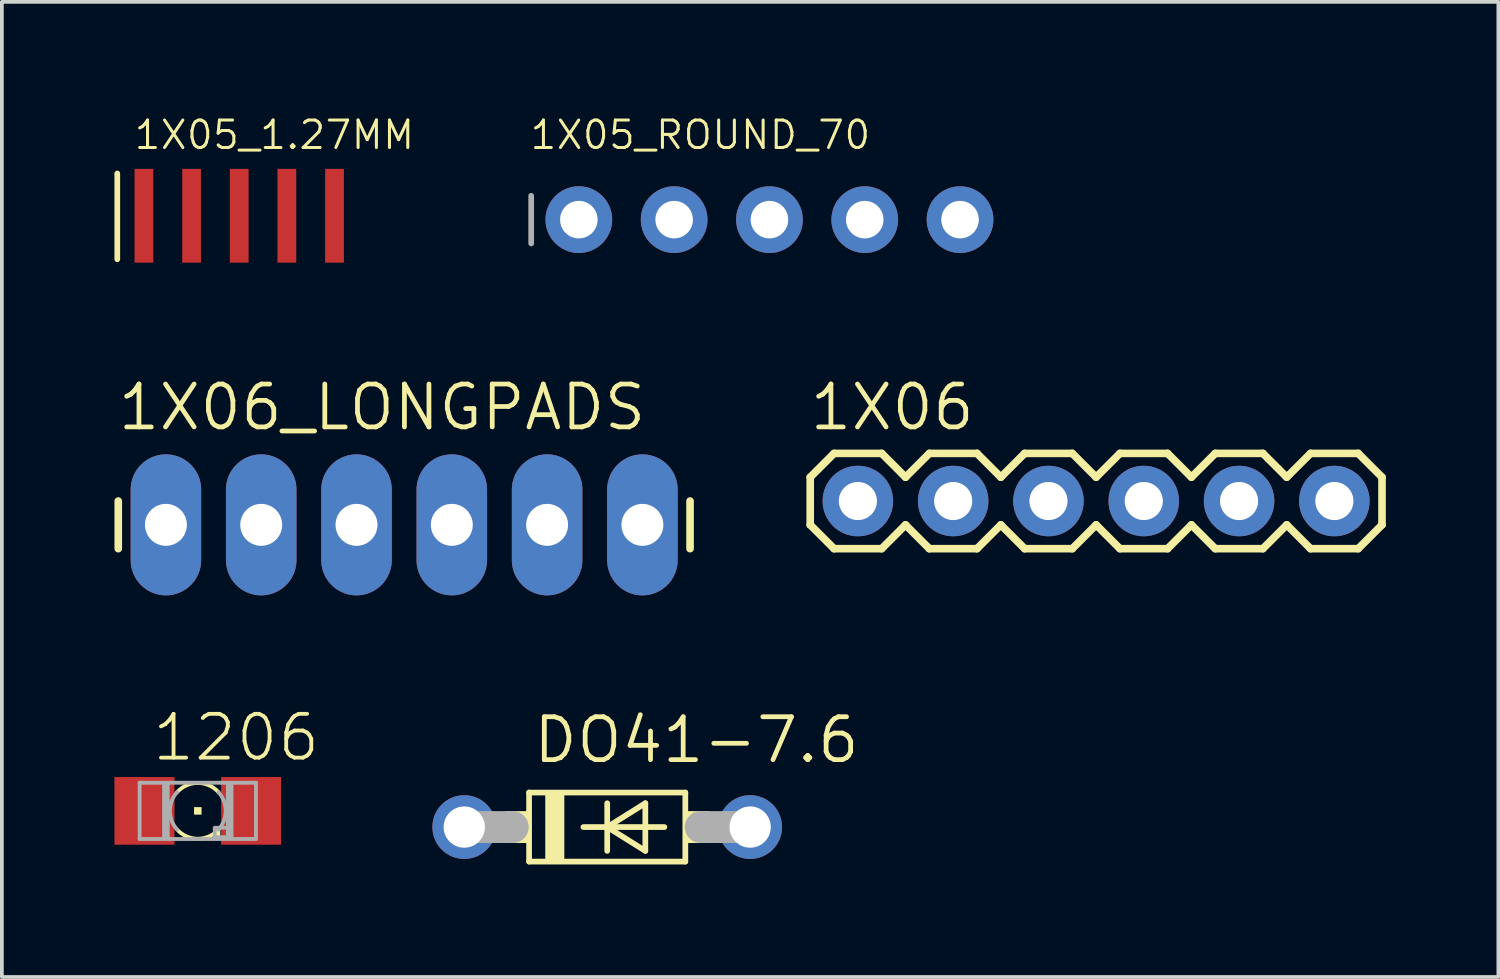
<source format=kicad_pcb>
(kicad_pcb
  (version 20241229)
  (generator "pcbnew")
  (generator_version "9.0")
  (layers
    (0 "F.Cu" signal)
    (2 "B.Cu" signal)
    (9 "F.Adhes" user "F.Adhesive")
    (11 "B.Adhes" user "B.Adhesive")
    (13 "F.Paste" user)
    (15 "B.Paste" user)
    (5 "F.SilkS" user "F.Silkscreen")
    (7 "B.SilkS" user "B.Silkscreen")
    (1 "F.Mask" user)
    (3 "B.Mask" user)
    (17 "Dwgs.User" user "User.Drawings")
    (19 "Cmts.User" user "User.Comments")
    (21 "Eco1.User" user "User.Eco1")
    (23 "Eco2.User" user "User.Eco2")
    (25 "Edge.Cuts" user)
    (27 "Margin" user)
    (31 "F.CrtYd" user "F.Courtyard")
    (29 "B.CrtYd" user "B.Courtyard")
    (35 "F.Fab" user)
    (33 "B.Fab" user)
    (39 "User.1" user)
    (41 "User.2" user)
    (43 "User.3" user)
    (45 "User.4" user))
  (footprint "1206"
    (layer "F.Cu")
    (at 2.222 18.562)
    (property "Reference" "1206" (at -1.27 -1.27 0) (unlocked yes) (layer "F.SilkS") (effects (font (size 1.168 1.168) (thickness 0.102)) (justify left bottom)))
    (fp_arc (start -0.55 -0.5) (mid 0 -0.743303) (end 0.55 -0.5) (stroke (width 0.1016) (type solid)) (layer "F.SilkS"))
    (fp_arc (start 0.55 0.5) (mid 0 0.743303) (end -0.55 0.5) (stroke (width 0.1016) (type solid)) (layer "F.SilkS"))
    (fp_poly (pts (xy -0.1 0.1) (xy 0.1 0.1) (xy 0.1 -0.1) (xy -0.1 -0.1)) (stroke (width 0) (type default)) (fill yes) (layer "F.SilkS"))
    (fp_poly (pts (xy 0.45 0.7) (xy 0.6 0.7) (xy 0.6 0.45) (xy 0.45 0.45)) (stroke (width 0) (type default)) (fill yes) (layer "F.SilkS"))
    (fp_line (start -1.55 -0.75) (end 1.55 -0.75) (stroke (width 0.102) (type solid)) (layer "F.Fab"))
    (fp_line (start -1.55 0.75) (end -1.55 -0.75) (stroke (width 0.102) (type solid)) (layer "F.Fab"))
    (fp_line (start 1.55 -0.75) (end 1.55 0.75) (stroke (width 0.102) (type solid)) (layer "F.Fab"))
    (fp_line (start 1.55 0.75) (end -1.55 0.75) (stroke (width 0.102) (type solid)) (layer "F.Fab"))
    (fp_arc (start -0.55 0.5) (mid -0.743303 0) (end -0.55 -0.5) (stroke (width 0.1016) (type solid)) (layer "F.Fab"))
    (fp_arc (start 0.55 -0.5) (mid 0.743303 0) (end 0.55 0.5) (stroke (width 0.1016) (type solid)) (layer "F.Fab"))
    (fp_poly (pts (xy -0.9 -0.55) (xy -0.8 -0.55) (xy -0.8 -0.7) (xy -0.9 -0.7)) (stroke (width 0.1) (type default)) (fill no) (layer "F.Fab"))
    (fp_poly (pts (xy -0.9 0.7) (xy -0.8 0.7) (xy -0.8 -0.5) (xy -0.9 -0.5)) (stroke (width 0.1) (type default)) (fill no) (layer "F.Fab"))
    (fp_poly (pts (xy 0.45 0.7) (xy 0.8 0.7) (xy 0.8 0.45) (xy 0.45 0.45)) (stroke (width 0.1) (type default)) (fill no) (layer "F.Fab"))
    (fp_poly (pts (xy 0.8 -0.55) (xy 0.9 -0.55) (xy 0.9 -0.7) (xy 0.8 -0.7)) (stroke (width 0.1) (type default)) (fill no) (layer "F.Fab"))
    (fp_poly (pts (xy 0.8 0.7) (xy 0.9 0.7) (xy 0.9 -0.5) (xy 0.8 -0.5)) (stroke (width 0.1) (type default)) (fill no) (layer "F.Fab"))
    (pad "A" smd rect (at -1.422 0) (size 1.6 1.803) (layers "F.Cu" "F.Mask" "F.Paste"))
    (pad "C" smd rect (at 1.422 0) (size 1.6 1.803) (layers "F.Cu" "F.Mask" "F.Paste")))
  (footprint "1X06"
    (layer "F.Cu")
    (at 19.815 10.304)
    (property "Reference" "1X06" (at -1.346 -1.829 0) (unlocked yes) (layer "F.SilkS") (effects (font (size 1.143 1.143) (thickness 0.127)) (justify left bottom)))
    (fp_line (start -1.27 -0.635) (end -1.27 0.635) (stroke (width 0.203) (type solid)) (layer "F.SilkS"))
    (fp_line (start -1.27 0.635) (end -0.635 1.27) (stroke (width 0.203) (type solid)) (layer "F.SilkS"))
    (fp_line (start -0.635 -1.27) (end -1.27 -0.635) (stroke (width 0.203) (type solid)) (layer "F.SilkS"))
    (fp_line (start -0.635 -1.27) (end 0.635 -1.27) (stroke (width 0.203) (type solid)) (layer "F.SilkS"))
    (fp_line (start 0.635 -1.27) (end 1.27 -0.635) (stroke (width 0.203) (type solid)) (layer "F.SilkS"))
    (fp_line (start 0.635 1.27) (end -0.635 1.27) (stroke (width 0.203) (type solid)) (layer "F.SilkS"))
    (fp_line (start 1.27 -0.635) (end 1.905 -1.27) (stroke (width 0.203) (type solid)) (layer "F.SilkS"))
    (fp_line (start 1.27 0.635) (end 0.635 1.27) (stroke (width 0.203) (type solid)) (layer "F.SilkS"))
    (fp_line (start 1.905 -1.27) (end 3.175 -1.27) (stroke (width 0.203) (type solid)) (layer "F.SilkS"))
    (fp_line (start 1.905 1.27) (end 1.27 0.635) (stroke (width 0.203) (type solid)) (layer "F.SilkS"))
    (fp_line (start 3.175 -1.27) (end 3.81 -0.635) (stroke (width 0.203) (type solid)) (layer "F.SilkS"))
    (fp_line (start 3.175 1.27) (end 1.905 1.27) (stroke (width 0.203) (type solid)) (layer "F.SilkS"))
    (fp_line (start 3.81 -0.635) (end 4.445 -1.27) (stroke (width 0.203) (type solid)) (layer "F.SilkS"))
    (fp_line (start 3.81 0.635) (end 3.175 1.27) (stroke (width 0.203) (type solid)) (layer "F.SilkS"))
    (fp_line (start 4.445 -1.27) (end 5.715 -1.27) (stroke (width 0.203) (type solid)) (layer "F.SilkS"))
    (fp_line (start 4.445 1.27) (end 3.81 0.635) (stroke (width 0.203) (type solid)) (layer "F.SilkS"))
    (fp_line (start 5.715 -1.27) (end 6.35 -0.635) (stroke (width 0.203) (type solid)) (layer "F.SilkS"))
    (fp_line (start 5.715 1.27) (end 4.445 1.27) (stroke (width 0.203) (type solid)) (layer "F.SilkS"))
    (fp_line (start 6.35 0.635) (end 5.715 1.27) (stroke (width 0.203) (type solid)) (layer "F.SilkS"))
    (fp_line (start 6.35 0.635) (end 6.985 1.27) (stroke (width 0.203) (type solid)) (layer "F.SilkS"))
    (fp_line (start 6.985 -1.27) (end 6.35 -0.635) (stroke (width 0.203) (type solid)) (layer "F.SilkS"))
    (fp_line (start 6.985 -1.27) (end 8.255 -1.27) (stroke (width 0.203) (type solid)) (layer "F.SilkS"))
    (fp_line (start 8.255 -1.27) (end 8.89 -0.635) (stroke (width 0.203) (type solid)) (layer "F.SilkS"))
    (fp_line (start 8.255 1.27) (end 6.985 1.27) (stroke (width 0.203) (type solid)) (layer "F.SilkS"))
    (fp_line (start 8.89 -0.635) (end 9.525 -1.27) (stroke (width 0.203) (type solid)) (layer "F.SilkS"))
    (fp_line (start 8.89 0.635) (end 8.255 1.27) (stroke (width 0.203) (type solid)) (layer "F.SilkS"))
    (fp_line (start 9.525 -1.27) (end 10.795 -1.27) (stroke (width 0.203) (type solid)) (layer "F.SilkS"))
    (fp_line (start 9.525 1.27) (end 8.89 0.635) (stroke (width 0.203) (type solid)) (layer "F.SilkS"))
    (fp_line (start 10.795 -1.27) (end 11.43 -0.635) (stroke (width 0.203) (type solid)) (layer "F.SilkS"))
    (fp_line (start 10.795 1.27) (end 9.525 1.27) (stroke (width 0.203) (type solid)) (layer "F.SilkS"))
    (fp_line (start 11.43 -0.635) (end 12.065 -1.27) (stroke (width 0.203) (type solid)) (layer "F.SilkS"))
    (fp_line (start 11.43 0.635) (end 10.795 1.27) (stroke (width 0.203) (type solid)) (layer "F.SilkS"))
    (fp_line (start 12.065 -1.27) (end 13.335 -1.27) (stroke (width 0.203) (type solid)) (layer "F.SilkS"))
    (fp_line (start 12.065 1.27) (end 11.43 0.635) (stroke (width 0.203) (type solid)) (layer "F.SilkS"))
    (fp_line (start 13.335 -1.27) (end 13.97 -0.635) (stroke (width 0.203) (type solid)) (layer "F.SilkS"))
    (fp_line (start 13.335 1.27) (end 12.065 1.27) (stroke (width 0.203) (type solid)) (layer "F.SilkS"))
    (fp_line (start 13.97 -0.635) (end 13.97 0.635) (stroke (width 0.203) (type solid)) (layer "F.SilkS"))
    (fp_line (start 13.97 0.635) (end 13.335 1.27) (stroke (width 0.203) (type solid)) (layer "F.SilkS"))
    (fp_poly (pts (xy -0.254 0.254) (xy 0.254 0.254) (xy 0.254 -0.254) (xy -0.254 -0.254)) (stroke (width 0.1) (type default)) (fill no) (layer "F.Fab"))
    (fp_poly (pts (xy 2.286 0.254) (xy 2.794 0.254) (xy 2.794 -0.254) (xy 2.286 -0.254)) (stroke (width 0.1) (type default)) (fill no) (layer "F.Fab"))
    (fp_poly (pts (xy 4.826 0.254) (xy 5.334 0.254) (xy 5.334 -0.254) (xy 4.826 -0.254)) (stroke (width 0.1) (type default)) (fill no) (layer "F.Fab"))
    (fp_poly (pts (xy 7.366 0.254) (xy 7.874 0.254) (xy 7.874 -0.254) (xy 7.366 -0.254)) (stroke (width 0.1) (type default)) (fill no) (layer "F.Fab"))
    (fp_poly (pts (xy 9.906 0.254) (xy 10.414 0.254) (xy 10.414 -0.254) (xy 9.906 -0.254)) (stroke (width 0.1) (type default)) (fill no) (layer "F.Fab"))
    (fp_poly (pts (xy 12.446 0.254) (xy 12.954 0.254) (xy 12.954 -0.254) (xy 12.446 -0.254)) (stroke (width 0.1) (type default)) (fill no) (layer "F.Fab"))
    (pad "1" thru_hole circle (at 0 0 90) (size 1.88 1.88) (drill 1.016) (layers "*.Cu" "*.Mask"))
    (pad "2" thru_hole circle (at 2.54 0 90) (size 1.88 1.88) (drill 1.016) (layers "*.Cu" "*.Mask"))
    (pad "3" thru_hole circle (at 5.08 0 90) (size 1.88 1.88) (drill 1.016) (layers "*.Cu" "*.Mask"))
    (pad "4" thru_hole circle (at 7.62 0 90) (size 1.88 1.88) (drill 1.016) (layers "*.Cu" "*.Mask"))
    (pad "5" thru_hole circle (at 10.16 0 90) (size 1.88 1.88) (drill 1.016) (layers "*.Cu" "*.Mask"))
    (pad "6" thru_hole circle (at 12.7 0 90) (size 1.88 1.88) (drill 1.016) (layers "*.Cu" "*.Mask")))
  (footprint "DO41-7.6"
    (layer "F.Cu")
    (at 13.134 18.994)
    (property "Reference" "DO41-7.6" (at -2.032 -1.651 0) (unlocked yes) (layer "F.SilkS") (effects (font (size 1.143 1.143) (thickness 0.127)) (justify left bottom)))
    (fp_line (start -2.082 -0.92) (end -2.082 0.92) (stroke (width 0.152) (type solid)) (layer "F.SilkS"))
    (fp_line (start -2.082 -0.92) (end 2.082 -0.92) (stroke (width 0.152) (type solid)) (layer "F.SilkS"))
    (fp_line (start -0.635 0) (end 0 0) (stroke (width 0.152) (type solid)) (layer "F.SilkS"))
    (fp_line (start 0 -0.635) (end 0 0) (stroke (width 0.152) (type solid)) (layer "F.SilkS"))
    (fp_line (start 0 0) (end 0 0.635) (stroke (width 0.152) (type solid)) (layer "F.SilkS"))
    (fp_line (start 0 0) (end 1.016 -0.635) (stroke (width 0.152) (type solid)) (layer "F.SilkS"))
    (fp_line (start 0 0) (end 1.524 0) (stroke (width 0.152) (type solid)) (layer "F.SilkS"))
    (fp_line (start 1.016 -0.635) (end 1.016 0.635) (stroke (width 0.152) (type solid)) (layer "F.SilkS"))
    (fp_line (start 1.016 0.635) (end 0 0) (stroke (width 0.152) (type solid)) (layer "F.SilkS"))
    (fp_line (start 2.082 0.92) (end -2.082 0.92) (stroke (width 0.152) (type solid)) (layer "F.SilkS"))
    (fp_line (start 2.082 0.92) (end 2.082 -0.92) (stroke (width 0.152) (type solid)) (layer "F.SilkS"))
    (fp_poly (pts (xy -2.717 0.425) (xy -2.082 0.425) (xy -2.082 -0.425) (xy -2.717 -0.425)) (stroke (width 0) (type default)) (fill yes) (layer "F.SilkS"))
    (fp_poly (pts (xy -1.651 0.95) (xy -1.143 0.95) (xy -1.143 -0.92) (xy -1.651 -0.92)) (stroke (width 0) (type default)) (fill yes) (layer "F.SilkS"))
    (fp_poly (pts (xy 2.082 0.425) (xy 2.717 0.425) (xy 2.717 -0.425) (xy 2.082 -0.425)) (stroke (width 0) (type default)) (fill yes) (layer "F.SilkS"))
    (fp_line (start -3.81 0) (end -2.519 0) (stroke (width 0.85) (type solid)) (layer "F.Fab"))
    (fp_line (start 3.81 0) (end 2.494 0) (stroke (width 0.85) (type solid)) (layer "F.Fab"))
    (pad "A" thru_hole circle (at 3.81 0) (size 1.7 1.7) (drill 1.1) (layers "*.Cu" "*.Mask"))
    (pad "C" thru_hole circle (at -3.81 0) (size 1.7 1.7) (drill 1.1) (layers "*.Cu" "*.Mask")))
  (footprint "1X06_LONGPADS"
    (layer "F.Cu")
    (at 1.372 10.939)
    (property "Reference" "1X06_LONGPADS" (at -1.346 -2.464 0) (unlocked yes) (layer "F.SilkS") (effects (font (size 1.143 1.143) (thickness 0.127)) (justify left bottom)))
    (fp_line (start -1.27 -0.635) (end -1.27 0.635) (stroke (width 0.203) (type solid)) (layer "F.SilkS"))
    (fp_line (start 13.97 -0.635) (end 13.97 0.635) (stroke (width 0.203) (type solid)) (layer "F.SilkS"))
    (fp_poly (pts (xy -0.254 0.254) (xy 0.254 0.254) (xy 0.254 -0.254) (xy -0.254 -0.254)) (stroke (width 0.1) (type default)) (fill no) (layer "F.Fab"))
    (fp_poly (pts (xy 2.286 0.254) (xy 2.794 0.254) (xy 2.794 -0.254) (xy 2.286 -0.254)) (stroke (width 0.1) (type default)) (fill no) (layer "F.Fab"))
    (fp_poly (pts (xy 4.826 0.254) (xy 5.334 0.254) (xy 5.334 -0.254) (xy 4.826 -0.254)) (stroke (width 0.1) (type default)) (fill no) (layer "F.Fab"))
    (fp_poly (pts (xy 7.366 0.254) (xy 7.874 0.254) (xy 7.874 -0.254) (xy 7.366 -0.254)) (stroke (width 0.1) (type default)) (fill no) (layer "F.Fab"))
    (fp_poly (pts (xy 9.906 0.254) (xy 10.414 0.254) (xy 10.414 -0.254) (xy 9.906 -0.254)) (stroke (width 0.1) (type default)) (fill no) (layer "F.Fab"))
    (fp_poly (pts (xy 12.446 0.254) (xy 12.954 0.254) (xy 12.954 -0.254) (xy 12.446 -0.254)) (stroke (width 0.1) (type default)) (fill no) (layer "F.Fab"))
    (pad "1" thru_hole oval (at 0 0 90) (size 3.759 1.88) (drill 1.118) (layers "*.Cu" "*.Mask"))
    (pad "2" thru_hole oval (at 2.54 0 90) (size 3.759 1.88) (drill 1.118) (layers "*.Cu" "*.Mask"))
    (pad "3" thru_hole oval (at 5.08 0 90) (size 3.759 1.88) (drill 1.118) (layers "*.Cu" "*.Mask"))
    (pad "4" thru_hole oval (at 7.62 0 90) (size 3.759 1.88) (drill 1.118) (layers "*.Cu" "*.Mask"))
    (pad "5" thru_hole oval (at 10.16 0 90) (size 3.759 1.88) (drill 1.118) (layers "*.Cu" "*.Mask"))
    (pad "6" thru_hole oval (at 12.7 0 90) (size 3.759 1.88) (drill 1.118) (layers "*.Cu" "*.Mask")))
  (footprint "1X05_1.27MM"
    (layer "F.Cu")
    (at 3.326 2.701)
    (property "Reference" "1X05_1.27MM" (at -2.846 -1.726 0) (unlocked yes) (layer "F.SilkS") (effects (font (size 0.732 0.732) (thickness 0.081)) (justify left bottom)))
    (fp_line (start -3.25 -1.127) (end -3.25 1.159) (stroke (width 0.152) (type solid)) (layer "F.SilkS"))
    (pad "1" smd rect (at -2.54 0) (size 0.5 2.5) (layers "F.Cu" "F.Mask" "F.Paste"))
    (pad "2" smd rect (at -1.27 0) (size 0.5 2.5) (layers "F.Cu" "F.Mask" "F.Paste"))
    (pad "3" smd rect (at 0 0) (size 0.5 2.5) (layers "F.Cu" "F.Mask" "F.Paste"))
    (pad "4" smd rect (at 1.27 0) (size 0.5 2.5) (layers "F.Cu" "F.Mask" "F.Paste"))
    (pad "5" smd rect (at 2.54 0) (size 0.5 2.5) (layers "F.Cu" "F.Mask" "F.Paste")))
  (footprint "1X05_ROUND_70"
    (layer "F.Cu")
    (at 17.458 2.804)
    (property "Reference" "1X05_ROUND_70" (at -6.426 -1.829 0) (unlocked yes) (layer "F.SilkS") (effects (font (size 0.732 0.732) (thickness 0.081)) (justify left bottom)))
    (fp_line (start -6.35 -0.635) (end -6.35 0.635) (stroke (width 0.152) (type solid)) (layer "F.Fab"))
    (fp_poly (pts (xy -5.334 0.254) (xy -4.826 0.254) (xy -4.826 -0.254) (xy -5.334 -0.254)) (stroke (width 0.1) (type default)) (fill no) (layer "F.Fab"))
    (fp_poly (pts (xy -2.794 0.254) (xy -2.286 0.254) (xy -2.286 -0.254) (xy -2.794 -0.254)) (stroke (width 0.1) (type default)) (fill no) (layer "F.Fab"))
    (fp_poly (pts (xy -0.254 0.254) (xy 0.254 0.254) (xy 0.254 -0.254) (xy -0.254 -0.254)) (stroke (width 0.1) (type default)) (fill no) (layer "F.Fab"))
    (fp_poly (pts (xy 2.286 0.254) (xy 2.794 0.254) (xy 2.794 -0.254) (xy 2.286 -0.254)) (stroke (width 0.1) (type default)) (fill no) (layer "F.Fab"))
    (fp_poly (pts (xy 4.826 0.254) (xy 5.334 0.254) (xy 5.334 -0.254) (xy 4.826 -0.254)) (stroke (width 0.1) (type default)) (fill no) (layer "F.Fab"))
    (pad "1" thru_hole circle (at -5.08 0 90) (size 1.778 1.778) (drill 1) (layers "*.Cu" "*.Mask"))
    (pad "2" thru_hole circle (at -2.54 0 90) (size 1.778 1.778) (drill 1) (layers "*.Cu" "*.Mask"))
    (pad "3" thru_hole circle (at 0 0 90) (size 1.778 1.778) (drill 1) (layers "*.Cu" "*.Mask"))
    (pad "4" thru_hole circle (at 2.54 0 90) (size 1.778 1.778) (drill 1) (layers "*.Cu" "*.Mask"))
    (pad "5" thru_hole circle (at 5.08 0 90) (size 1.778 1.778) (drill 1) (layers "*.Cu" "*.Mask")))
  (gr_rect
    (start -3 -3)
    (end 36.886 22.99)
    (stroke (width 0.1) (type default))
    (fill no)
    (layer "Edge.Cuts")))
</source>
